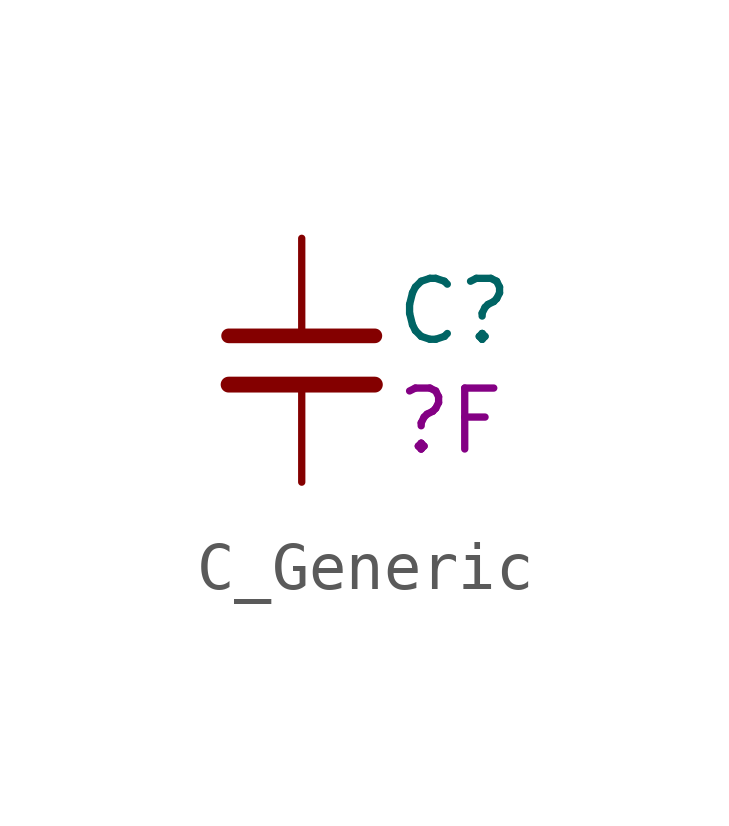
<source format=kicad_sym>
(kicad_symbol_lib
  (version 20220914)
  (generator kicad_symbol_editor)
  (symbol "C_Generic"
    (pin_numbers hide)
    (pin_names
      (offset 0.254) hide)
    (property "Reference" "C"
      (at 1.905 1.016 0)
      (effects (font (size 1.27 1.27)) (justify left)))
    (property "Display" "?F"
      (at 1.905 -1.27 0)
      (effects (font (size 1.27 1.27)) (justify left)))
    (symbol "C_Generic_0_1"
      (polyline (pts (xy -1.524 -0.508) (xy 1.524 -0.508)) (stroke (width 0.33) (type default)) (fill (type none)))
      (polyline (pts (xy -1.524 0.508) (xy 1.524 0.508)) (stroke (width 0.305) (type default)) (fill (type none))))
    (symbol "C_Generic_1_1"
      (pin passive line (at 0 2.54 270) (length 2.032) (name "~" (effects (font (size 1.27 1.27)))) (number "1" (effects (font (size 1.27 1.27)))))
      (pin passive line (at 0 -2.54 90) (length 2.032) (name "~" (effects (font (size 1.27 1.27)))) (number "2" (effects (font (size 1.27 1.27))))))))
</source>
